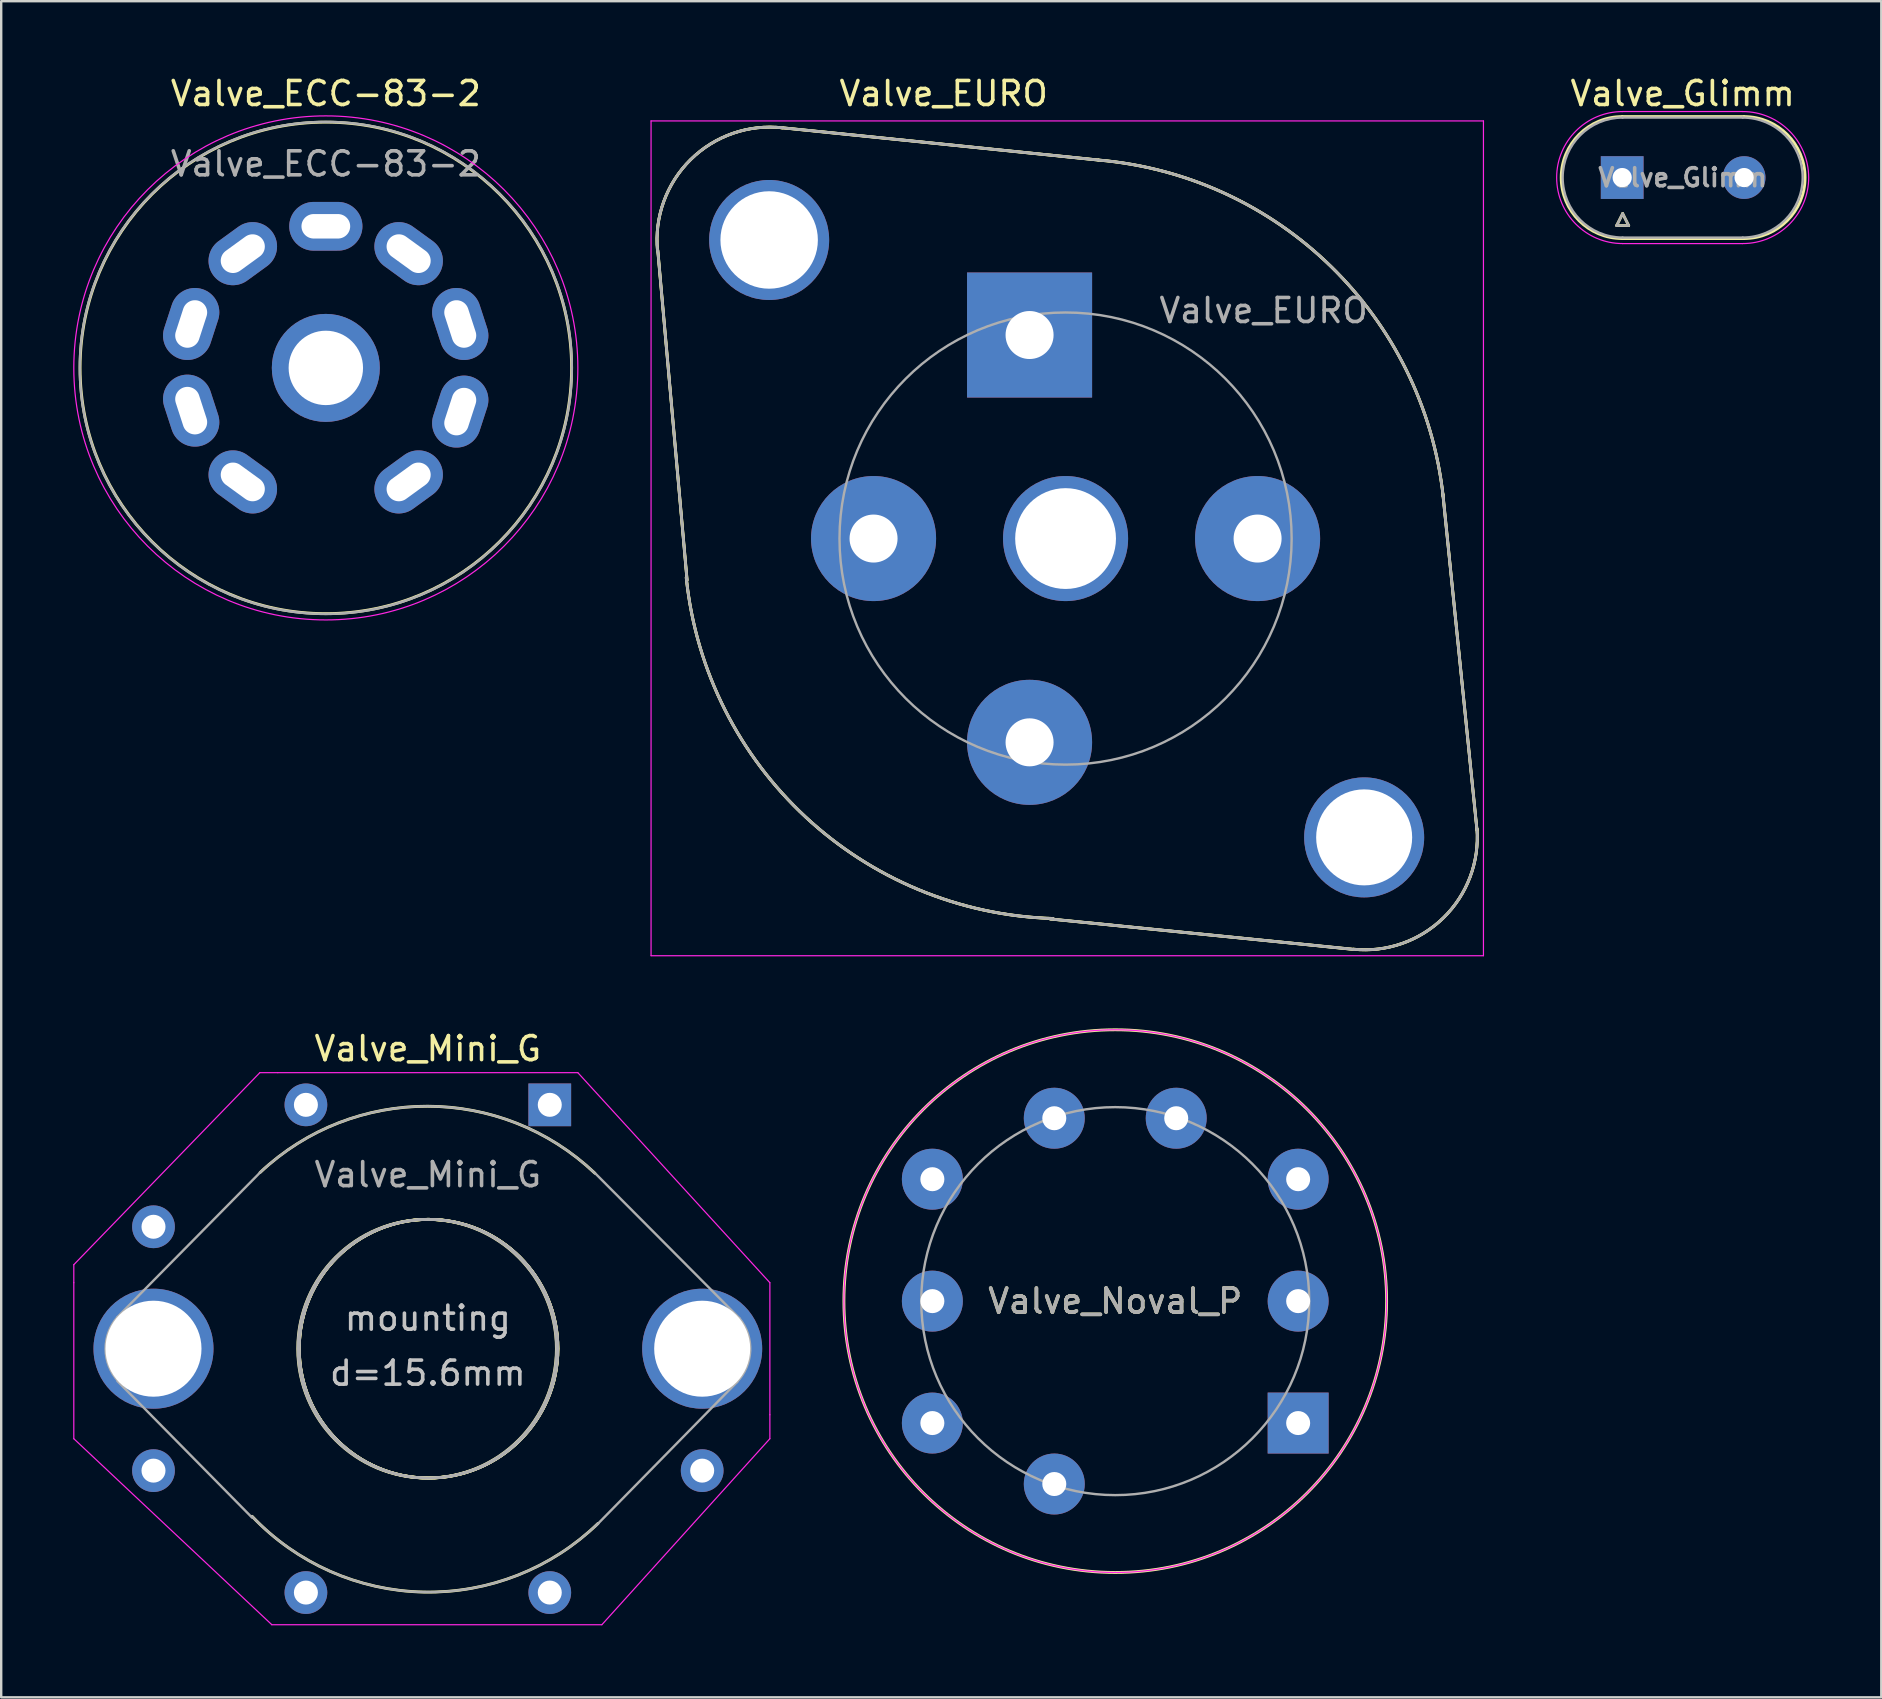
<source format=kicad_pcb>
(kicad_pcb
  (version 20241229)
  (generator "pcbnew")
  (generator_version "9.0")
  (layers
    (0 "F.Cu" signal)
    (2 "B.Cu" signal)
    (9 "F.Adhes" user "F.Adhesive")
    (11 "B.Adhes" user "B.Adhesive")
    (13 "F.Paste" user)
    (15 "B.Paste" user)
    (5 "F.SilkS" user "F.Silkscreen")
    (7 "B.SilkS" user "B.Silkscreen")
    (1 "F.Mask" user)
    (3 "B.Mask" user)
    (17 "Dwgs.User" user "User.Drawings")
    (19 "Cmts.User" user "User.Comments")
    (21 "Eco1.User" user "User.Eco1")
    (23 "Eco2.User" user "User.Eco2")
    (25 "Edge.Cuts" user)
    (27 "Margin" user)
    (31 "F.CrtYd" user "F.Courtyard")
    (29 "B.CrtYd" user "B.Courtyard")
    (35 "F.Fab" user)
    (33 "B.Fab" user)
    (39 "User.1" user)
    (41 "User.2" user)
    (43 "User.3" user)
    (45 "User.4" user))
  (footprint "Valve_Glimm"
    (layer "F.Cu")
    (at 64.535 4.348)
    (property "Reference" "Valve_Glimm" (at 2.52 -3.5 0) (layer "F.SilkS") (effects (font (size 1 1) (thickness 0.15))))
    (attr through_hole)
    (fp_line (start -0.23 2) (end 0.27 2) (stroke (width 0.12) (type solid)) (layer "F.SilkS"))
    (fp_line (start 0 -2.54) (end 5.08 -2.54) (stroke (width 0.12) (type solid)) (layer "F.SilkS"))
    (fp_line (start 0 2.54) (end 5.08 2.54) (stroke (width 0.12) (type solid)) (layer "F.SilkS"))
    (fp_line (start 0.02 1.5) (end -0.23 2) (stroke (width 0.12) (type solid)) (layer "F.SilkS"))
    (fp_line (start 0.27 2) (end 0.02 1.5) (stroke (width 0.12) (type solid)) (layer "F.SilkS"))
    (fp_arc (start 0 2.54) (mid -2.54 0) (end 0 -2.54) (stroke (width 0.12) (type solid)) (layer "F.SilkS"))
    (fp_arc (start 5.08 -2.54) (mid 7.62 0) (end 5.08 2.54) (stroke (width 0.12) (type solid)) (layer "F.SilkS"))
    (fp_line (start 0.02 2.75) (end 5.02 2.75) (stroke (width 0.05) (type solid)) (layer "F.CrtYd"))
    (fp_line (start 5.02 -2.75) (end 0.02 -2.75) (stroke (width 0.05) (type solid)) (layer "F.CrtYd"))
    (fp_arc (start 0.02 2.75) (mid -2.73 0) (end 0.02 -2.75) (stroke (width 0.05) (type solid)) (layer "F.CrtYd"))
    (fp_arc (start 5.02 -2.75) (mid 7.77 0) (end 5.02 2.75) (stroke (width 0.05) (type solid)) (layer "F.CrtYd"))
    (fp_line (start -0.23 2) (end 0.27 2) (stroke (width 0.1) (type solid)) (layer "F.Fab"))
    (fp_line (start 0.02 1.5) (end -0.23 2) (stroke (width 0.1) (type solid)) (layer "F.Fab"))
    (fp_line (start 0.02 2.5) (end 5.02 2.5) (stroke (width 0.1) (type solid)) (layer "F.Fab"))
    (fp_line (start 0.27 2) (end 0.02 1.5) (stroke (width 0.1) (type solid)) (layer "F.Fab"))
    (fp_line (start 5.02 -2.5) (end 0.02 -2.5) (stroke (width 0.1) (type solid)) (layer "F.Fab"))
    (fp_arc (start 0.02 2.5) (mid -2.48 0) (end 0.02 -2.5) (stroke (width 0.1) (type solid)) (layer "F.Fab"))
    (fp_arc (start 5.02 -2.5) (mid 7.52 0) (end 5.02 2.5) (stroke (width 0.1) (type solid)) (layer "F.Fab"))
    (fp_text user "${REFERENCE}" (at 2.52 0 0) (layer "F.Fab") (effects (font (size 0.75 0.75) (thickness 0.15))))
    (pad "1" thru_hole rect (at 0 0) (size 1.78 1.78) (drill 0.8) (layers "*.Cu" "*.Mask"))
    (pad "2" thru_hole circle (at 5.08 0) (size 1.78 1.78) (drill 0.8) (layers "*.Cu" "*.Mask")))
  (footprint "Valve_ECC-83-2"
    (layer "F.Cu")
    (at 13.975 17.028)
    (property "Reference" "Valve_ECC-83-2" (at -3.45 -16.18 0) (layer "F.SilkS") (effects (font (size 1 1) (thickness 0.15))))
    (attr through_hole)
    (fp_circle (center -3.45 -4.75) (end 6.71 -3.48) (stroke (width 0.12) (type solid)) (fill no) (layer "F.SilkS"))
    (fp_circle (center -3.45 -4.75) (end -3.45 -15.25) (stroke (width 0.05) (type solid)) (fill no) (layer "F.CrtYd"))
    (fp_circle (center -3.45 -4.75) (end -3.45 -15) (stroke (width 0.1) (type solid)) (fill no) (layer "F.Fab"))
    (fp_text user "${REFERENCE}" (at -3.45 -13.25 0) (layer "F.Fab") (effects (font (size 1 1) (thickness 0.15))))
    (pad "1" thru_hole oval (at 0 0 306) (size 2.03 3.05) (drill oval 1.02 2.03) (layers "*.Cu" "*.Mask"))
    (pad "2" thru_hole circle (at -3.45 -4.75) (size 4.5 4.5) (drill 3.1) (layers "*.Cu" "*.Mask"))
    (pad "2" thru_hole oval (at 2.15 -2.93 342) (size 2.03 3.05) (drill oval 1.02 2.03) (layers "*.Cu" "*.Mask"))
    (pad "3" thru_hole oval (at 2.15 -6.58 18) (size 2.03 3.05) (drill oval 1.02 2.03) (layers "*.Cu" "*.Mask"))
    (pad "4" thru_hole oval (at 0 -9.51 54) (size 2.03 3.05) (drill oval 1.02 2.03) (layers "*.Cu" "*.Mask"))
    (pad "5" thru_hole oval (at -3.45 -10.65 90) (size 2.03 3.05) (drill oval 1.02 2.03) (layers "*.Cu" "*.Mask"))
    (pad "6" thru_hole oval (at -6.91 -9.51 306) (size 2.03 3.05) (drill oval 1.02 2.03) (layers "*.Cu" "*.Mask"))
    (pad "7" thru_hole oval (at -9.06 -6.58 342) (size 2.03 3.05) (drill oval 1.02 2.03) (layers "*.Cu" "*.Mask"))
    (pad "8" thru_hole oval (at -9.06 -2.97 18) (size 2.03 3.05) (drill oval 1.02 2.03) (layers "*.Cu" "*.Mask"))
    (pad "9" thru_hole oval (at -6.91 0 54) (size 2.03 3.05) (drill oval 1.02 2.03) (layers "*.Cu" "*.Mask")))
  (footprint "Valve_Noval_P"
    (layer "F.Cu")
    (at 51.035 56.239)
    (property "Reference" "Valve_Noval_P" (at -7.62 -5.08 0) (layer "F.SilkS") (effects (font (size 1 1) (thickness 0.15))))
    (attr through_hole)
    (fp_circle (center -7.62 -5.08) (end 1.63 1.42) (stroke (width 0.12) (type solid)) (fill no) (layer "F.SilkS"))
    (fp_circle (center -7.62 -5.08) (end 1.63 1.42) (stroke (width 0.05) (type solid)) (fill no) (layer "F.CrtYd"))
    (fp_circle (center -7.62 -5.08) (end -13.34 0.63) (stroke (width 0.1) (type solid)) (fill no) (layer "F.Fab"))
    (fp_text user "${REFERENCE}" (at -7.62 -5.08 0) (layer "F.Fab") (effects (font (size 1 1) (thickness 0.15))))
    (pad "1" thru_hole rect (at 0 0) (size 2.54 2.54) (drill 1) (layers "*.Cu" "*.Mask"))
    (pad "2" thru_hole circle (at 0 -5.08) (size 2.54 2.54) (drill 1) (layers "*.Cu" "*.Mask"))
    (pad "3" thru_hole circle (at 0 -10.16) (size 2.54 2.54) (drill 1) (layers "*.Cu" "*.Mask"))
    (pad "4" thru_hole circle (at -5.08 -12.7) (size 2.54 2.54) (drill 1) (layers "*.Cu" "*.Mask"))
    (pad "5" thru_hole circle (at -10.16 -12.7) (size 2.54 2.54) (drill 1) (layers "*.Cu" "*.Mask"))
    (pad "6" thru_hole circle (at -15.24 -10.16) (size 2.54 2.54) (drill 1) (layers "*.Cu" "*.Mask"))
    (pad "7" thru_hole circle (at -15.24 -5.08) (size 2.54 2.54) (drill 1) (layers "*.Cu" "*.Mask"))
    (pad "8" thru_hole circle (at -15.24 0) (size 2.54 2.54) (drill 1) (layers "*.Cu" "*.Mask"))
    (pad "9" thru_hole circle (at -10.16 2.54) (size 2.54 2.54) (drill 1) (layers "*.Cu" "*.Mask")))
  (footprint "Valve_EURO"
    (layer "F.Cu")
    (at 39.845 10.908)
    (property "Reference" "Valve_EURO" (at -3.58 -10.06 0) (layer "F.SilkS") (effects (font (size 1 1) (thickness 0.15))))
    (attr through_hole)
    (fp_line (start -14.27 10.21) (end -15.49 -3.53) (stroke (width 0.12) (type solid)) (layer "F.SilkS"))
    (fp_line (start -14.27 10.21) (end -15.49 -3.53) (stroke (width 0.12) (type solid)) (layer "F.SilkS"))
    (fp_line (start -10.36 -8.64) (end 2.87 -7.29) (stroke (width 0.12) (type solid)) (layer "F.SilkS"))
    (fp_line (start -10.36 -8.64) (end 2.87 -7.29) (stroke (width 0.12) (type solid)) (layer "F.SilkS"))
    (fp_line (start 13.54 25.6) (end 0.86 24.33) (stroke (width 0.12) (type solid)) (layer "F.SilkS"))
    (fp_line (start 13.54 25.6) (end 0.86 24.33) (stroke (width 0.12) (type solid)) (layer "F.SilkS"))
    (fp_line (start 18.64 20.62) (end 17.22 6.63) (stroke (width 0.12) (type solid)) (layer "F.SilkS"))
    (fp_line (start 18.64 20.62) (end 17.22 6.63) (stroke (width 0.12) (type solid)) (layer "F.SilkS"))
    (fp_arc (start -15.5 -3.5) (mid -14.119784 -7.310437) (end -10.288765 -8.63245) (stroke (width 0.12) (type solid)) (layer "F.SilkS"))
    (fp_arc (start -15.5 -3.5) (mid -14.119784 -7.310437) (end -10.288765 -8.63245) (stroke (width 0.12) (type solid)) (layer "F.SilkS"))
    (fp_arc (start 0.98 24.31) (mid -9.330689 20.081144) (end -14.303103 10.107747) (stroke (width 0.12) (type solid)) (layer "F.SilkS"))
    (fp_arc (start 0.98 24.31) (mid -9.330689 20.081144) (end -14.303103 10.107747) (stroke (width 0.12) (type solid)) (layer "F.SilkS"))
    (fp_arc (start 2.87 -7.29) (mid 12.560196 -2.853668) (end 17.23226 6.725098) (stroke (width 0.12) (type solid)) (layer "F.SilkS"))
    (fp_arc (start 2.87 -7.29) (mid 12.560196 -2.853668) (end 17.23226 6.725098) (stroke (width 0.12) (type solid)) (layer "F.SilkS"))
    (fp_arc (start 18.64 20.57) (mid 17.241749 24.281739) (end 13.497325 25.589944) (stroke (width 0.12) (type solid)) (layer "F.SilkS"))
    (fp_arc (start 18.64 20.57) (mid 17.241749 24.281739) (end 13.497325 25.589944) (stroke (width 0.12) (type solid)) (layer "F.SilkS"))
    (fp_line (start -15.77 -8.92) (end -15.77 25.86) (stroke (width 0.05) (type solid)) (layer "F.CrtYd"))
    (fp_line (start -15.77 -8.92) (end 18.91 -8.92) (stroke (width 0.05) (type solid)) (layer "F.CrtYd"))
    (fp_line (start 18.91 25.86) (end -15.77 25.86) (stroke (width 0.05) (type solid)) (layer "F.CrtYd"))
    (fp_line (start 18.91 25.86) (end 18.91 -8.92) (stroke (width 0.05) (type solid)) (layer "F.CrtYd"))
    (fp_line (start -14.27 10.21) (end -15.49 -3.53) (stroke (width 0.1) (type solid)) (layer "F.Fab"))
    (fp_line (start -14.27 10.21) (end -15.49 -3.53) (stroke (width 0.1) (type solid)) (layer "F.Fab"))
    (fp_line (start -10.36 -8.64) (end 2.87 -7.29) (stroke (width 0.1) (type solid)) (layer "F.Fab"))
    (fp_line (start -10.36 -8.64) (end 2.87 -7.29) (stroke (width 0.1) (type solid)) (layer "F.Fab"))
    (fp_line (start 13.54 25.6) (end 0.86 24.33) (stroke (width 0.1) (type solid)) (layer "F.Fab"))
    (fp_line (start 13.54 25.6) (end 0.86 24.33) (stroke (width 0.1) (type solid)) (layer "F.Fab"))
    (fp_line (start 18.64 20.62) (end 17.22 6.63) (stroke (width 0.1) (type solid)) (layer "F.Fab"))
    (fp_line (start 18.64 20.62) (end 17.22 6.63) (stroke (width 0.1) (type solid)) (layer "F.Fab"))
    (fp_arc (start -15.5 -3.5) (mid -14.119784 -7.310437) (end -10.288765 -8.63245) (stroke (width 0.1) (type solid)) (layer "F.Fab"))
    (fp_arc (start -15.5 -3.5) (mid -14.119784 -7.310437) (end -10.288765 -8.63245) (stroke (width 0.1) (type solid)) (layer "F.Fab"))
    (fp_arc (start 0.98 24.31) (mid -9.330689 20.081144) (end -14.303103 10.107747) (stroke (width 0.1) (type solid)) (layer "F.Fab"))
    (fp_arc (start 0.98 24.31) (mid -9.330689 20.081144) (end -14.303103 10.107747) (stroke (width 0.1) (type solid)) (layer "F.Fab"))
    (fp_arc (start 2.87 -7.29) (mid 12.560196 -2.853668) (end 17.23226 6.725098) (stroke (width 0.1) (type solid)) (layer "F.Fab"))
    (fp_arc (start 2.87 -7.29) (mid 12.560196 -2.853668) (end 17.23226 6.725098) (stroke (width 0.1) (type solid)) (layer "F.Fab"))
    (fp_arc (start 18.64 20.57) (mid 17.241749 24.281739) (end 13.497325 25.589944) (stroke (width 0.1) (type solid)) (layer "F.Fab"))
    (fp_arc (start 18.64 20.57) (mid 17.241749 24.281739) (end 13.497325 25.589944) (stroke (width 0.1) (type solid)) (layer "F.Fab"))
    (fp_circle (center 1.5 8.48) (end -5.16 15.14) (stroke (width 0.1) (type solid)) (fill no) (layer "F.Fab"))
    (fp_text user "${REFERENCE}" (at 9.75 -1.02 0) (layer "F.Fab") (effects (font (size 1 1) (thickness 0.15))))
    (pad "" thru_hole circle (at -10.85 -3.96) (size 5 5) (drill 4.06) (layers "*.Cu" "*.Mask"))
    (pad "" thru_hole circle (at 13.94 20.93) (size 5 5) (drill 4) (layers "*.Cu" "*.Mask"))
    (pad "1" thru_hole rect (at 0 0) (size 5.21 5.21) (drill 2) (layers "*.Cu" "*.Mask"))
    (pad "2" thru_hole circle (at 9.5 8.48) (size 5.21 5.21) (drill 2) (layers "*.Cu" "*.Mask"))
    (pad "3" thru_hole circle (at 0 16.97) (size 5.21 5.21) (drill 2) (layers "*.Cu" "*.Mask"))
    (pad "4" thru_hole circle (at -6.5 8.48) (size 5.21 5.21) (drill 2) (layers "*.Cu" "*.Mask"))
    (pad "5" thru_hole circle (at 1.5 8.48) (size 5.21 5.21) (drill 4.2) (layers "*.Cu" "*.Mask")))
  (footprint "Valve_Mini_G"
    (layer "F.Cu")
    (at 19.855 42.981)
    (property "Reference" "Valve_Mini_G" (at -5.08 -2.34 0) (layer "F.SilkS") (effects (font (size 1 1) (thickness 0.15))))
    (attr through_hole)
    (fp_arc (start -12.07 2.82) (mid -5.089383 0.058484) (end 1.87996 2.848331) (stroke (width 0.12) (type solid)) (layer "F.SilkS"))
    (fp_arc (start 2.01 17.44) (mid -5.258654 20.298958) (end -12.403532 17.143378) (stroke (width 0.12) (type solid)) (layer "F.SilkS"))
    (fp_circle (center -5.11 10.16) (end -8.92 13.97) (stroke (width 0.12) (type solid)) (fill no) (layer "F.SilkS"))
    (fp_circle (center -5.05 10.16) (end -1.24 13.97) (stroke (width 0.12) (type solid)) (fill no) (layer "F.SilkS"))
    (fp_circle (center -5.05 10.16) (end -1.24 13.97) (stroke (width 0.12) (type solid)) (fill no) (layer "F.SilkS"))
    (fp_circle (center -5.05 10.16) (end -1.24 13.97) (stroke (width 0.12) (type solid)) (fill no) (layer "F.SilkS"))
    (fp_line (start -19.83 6.66) (end -12.08 -1.34) (stroke (width 0.05) (type solid)) (layer "F.CrtYd"))
    (fp_line (start -19.83 7.41) (end -19.83 6.66) (stroke (width 0.05) (type solid)) (layer "F.CrtYd"))
    (fp_line (start -19.83 13.91) (end -19.83 7.41) (stroke (width 0.05) (type solid)) (layer "F.CrtYd"))
    (fp_line (start -12.08 -1.34) (end -11.33 -1.34) (stroke (width 0.05) (type solid)) (layer "F.CrtYd"))
    (fp_line (start -11.58 21.66) (end -19.83 13.91) (stroke (width 0.05) (type solid)) (layer "F.CrtYd"))
    (fp_line (start -11.33 -1.34) (end 1.17 -1.34) (stroke (width 0.05) (type solid)) (layer "F.CrtYd"))
    (fp_line (start 1.17 -1.34) (end 9.17 7.41) (stroke (width 0.05) (type solid)) (layer "F.CrtYd"))
    (fp_line (start 2.17 21.66) (end -11.58 21.66) (stroke (width 0.05) (type solid)) (layer "F.CrtYd"))
    (fp_line (start 9.17 7.41) (end 9.17 12.91) (stroke (width 0.05) (type solid)) (layer "F.CrtYd"))
    (fp_line (start 9.17 12.91) (end 9.17 13.91) (stroke (width 0.05) (type solid)) (layer "F.CrtYd"))
    (fp_line (start 9.17 13.91) (end 2.17 21.66) (stroke (width 0.05) (type solid)) (layer "F.CrtYd"))
    (fp_line (start -18.01 8.84) (end -12.07 2.82) (stroke (width 0.1) (type solid)) (layer "F.Fab"))
    (fp_line (start -18.01 11.51) (end -12.4 17.2) (stroke (width 0.1) (type solid)) (layer "F.Fab"))
    (fp_line (start 1.91 2.87) (end 7.9 8.89) (stroke (width 0.1) (type solid)) (layer "F.Fab"))
    (fp_line (start 7.82 11.53) (end 1.91 17.55) (stroke (width 0.1) (type solid)) (layer "F.Fab"))
    (fp_arc (start -17.98 11.51) (mid -18.505731 10.181365) (end -18.008564 8.84178) (stroke (width 0.1) (type solid)) (layer "F.Fab"))
    (fp_arc (start -12.07 2.82) (mid -5.089383 0.058484) (end 1.87996 2.848331) (stroke (width 0.1) (type solid)) (layer "F.Fab"))
    (fp_arc (start 2.01 17.44) (mid -5.258654 20.298958) (end -12.403532 17.143378) (stroke (width 0.1) (type solid)) (layer "F.Fab"))
    (fp_arc (start 7.9 8.89) (mid 8.351984 10.246371) (end 7.784862 11.558775) (stroke (width 0.1) (type solid)) (layer "F.Fab"))
    (fp_circle (center -5.11 10.16) (end -8.92 13.97) (stroke (width 0.1) (type solid)) (fill no) (layer "F.Fab"))
    (fp_circle (center -5.05 10.16) (end -1.24 13.97) (stroke (width 0.1) (type solid)) (fill no) (layer "F.Fab"))
    (fp_circle (center -5.05 10.16) (end -1.24 13.97) (stroke (width 0.1) (type solid)) (fill no) (layer "F.Fab"))
    (fp_circle (center -5.05 10.16) (end -1.24 13.97) (stroke (width 0.1) (type solid)) (fill no) (layer "F.Fab"))
    (fp_text user "d=15.6mm" (at -5.08 11.18 0) (layer "Dwgs.User") (effects (font (size 1 1) (thickness 0.15))))
    (fp_text user "mounting" (at -5.08 8.89 0) (layer "Dwgs.User") (effects (font (size 1 1) (thickness 0.15))))
    (fp_text user "${REFERENCE}" (at -5.08 2.91 0) (layer "F.Fab") (effects (font (size 1 1) (thickness 0.15))))
    (pad "" thru_hole circle (at -16.51 10.16) (size 5 5) (drill 4) (layers "*.Cu" "*.Mask"))
    (pad "" thru_hole circle (at 6.35 10.16) (size 5 5) (drill 4) (layers "*.Cu" "*.Mask"))
    (pad "1" thru_hole rect (at 0 0) (size 1.78 1.78) (drill 1) (layers "*.Cu" "*.Mask"))
    (pad "2" thru_hole circle (at -10.16 0) (size 1.78 1.78) (drill 1) (layers "*.Cu" "*.Mask"))
    (pad "3" thru_hole circle (at -16.51 5.08) (size 1.78 1.78) (drill 1) (layers "*.Cu" "*.Mask"))
    (pad "4" thru_hole circle (at -16.51 15.24) (size 1.78 1.78) (drill 1) (layers "*.Cu" "*.Mask"))
    (pad "5" thru_hole circle (at -10.16 20.32) (size 1.78 1.78) (drill 1) (layers "*.Cu" "*.Mask"))
    (pad "6" thru_hole circle (at 0 20.32) (size 1.78 1.78) (drill 1) (layers "*.Cu" "*.Mask"))
    (pad "7" thru_hole circle (at 6.35 15.24) (size 1.78 1.78) (drill 1) (layers "*.Cu" "*.Mask")))
  (gr_rect
    (start -3 -3)
    (end 75.33 67.666)
    (stroke (width 0.1) (type default))
    (fill no)
    (layer "Edge.Cuts")))
</source>
